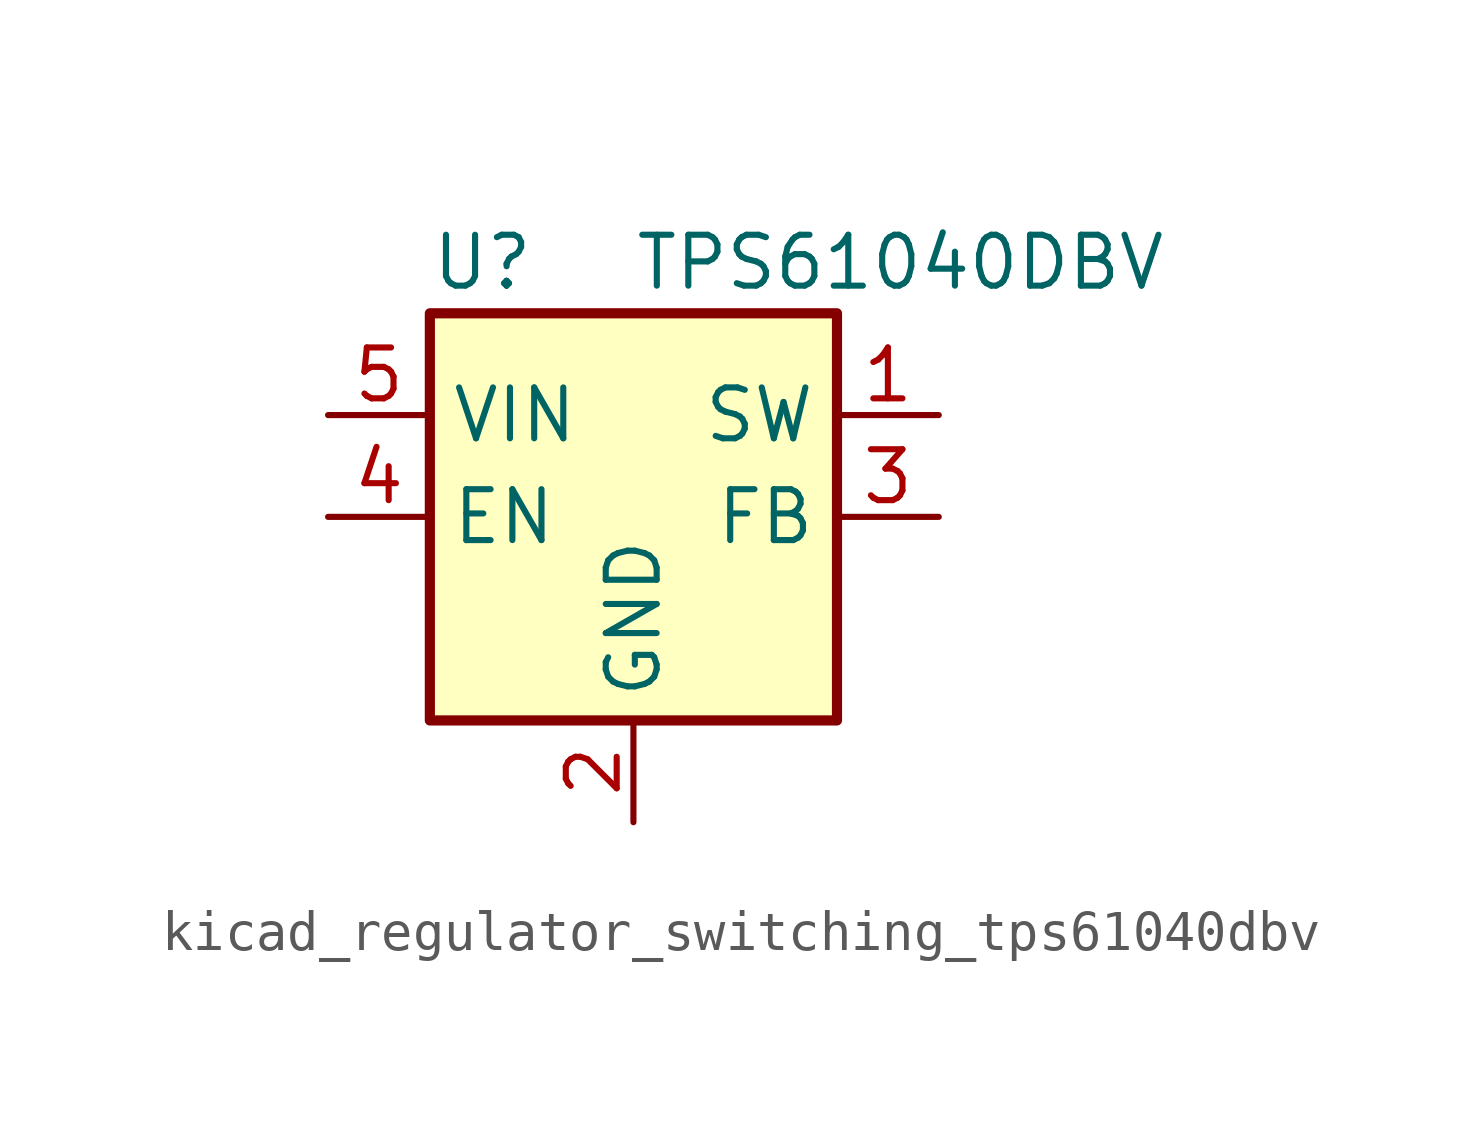
<source format=kicad_sym>
(kicad_symbol_lib
  (version 20220914)
  (generator kicad_symbol_editor)
  (symbol "kicad_regulator_switching_tps61040dbv"
    (property "Reference" "U"
      (at -5.08 6.35 0)
      (effects (font (size 1.27 1.27)) (justify left)))
    (property "Value" "TPS61040DBV"
      (at 0 6.35 0)
      (effects (font (size 1.27 1.27)) (justify left)))
    (symbol "kicad_regulator_switching_tps61040dbv_0_1"
      (rectangle (start -5.08 5.08) (end 5.08 -5.08) (stroke (width 0.254) (type default)) (fill (type background))))
    (symbol "kicad_regulator_switching_tps61040dbv_1_1"
      (pin power_out line (at 7.62 2.54 180) (length 2.54) (name "SW" (effects (font (size 1.27 1.27)))) (number "1" (effects (font (size 1.27 1.27)))))
      (pin power_in line (at 0 -7.62 90) (length 2.54) (name "GND" (effects (font (size 1.27 1.27)))) (number "2" (effects (font (size 1.27 1.27)))))
      (pin input line (at 7.62 0 180) (length 2.54) (name "FB" (effects (font (size 1.27 1.27)))) (number "3" (effects (font (size 1.27 1.27)))))
      (pin input line (at -7.62 0 0) (length 2.54) (name "EN" (effects (font (size 1.27 1.27)))) (number "4" (effects (font (size 1.27 1.27)))))
      (pin power_in line (at -7.62 2.54 0) (length 2.54) (name "VIN" (effects (font (size 1.27 1.27)))) (number "5" (effects (font (size 1.27 1.27))))))))
</source>
